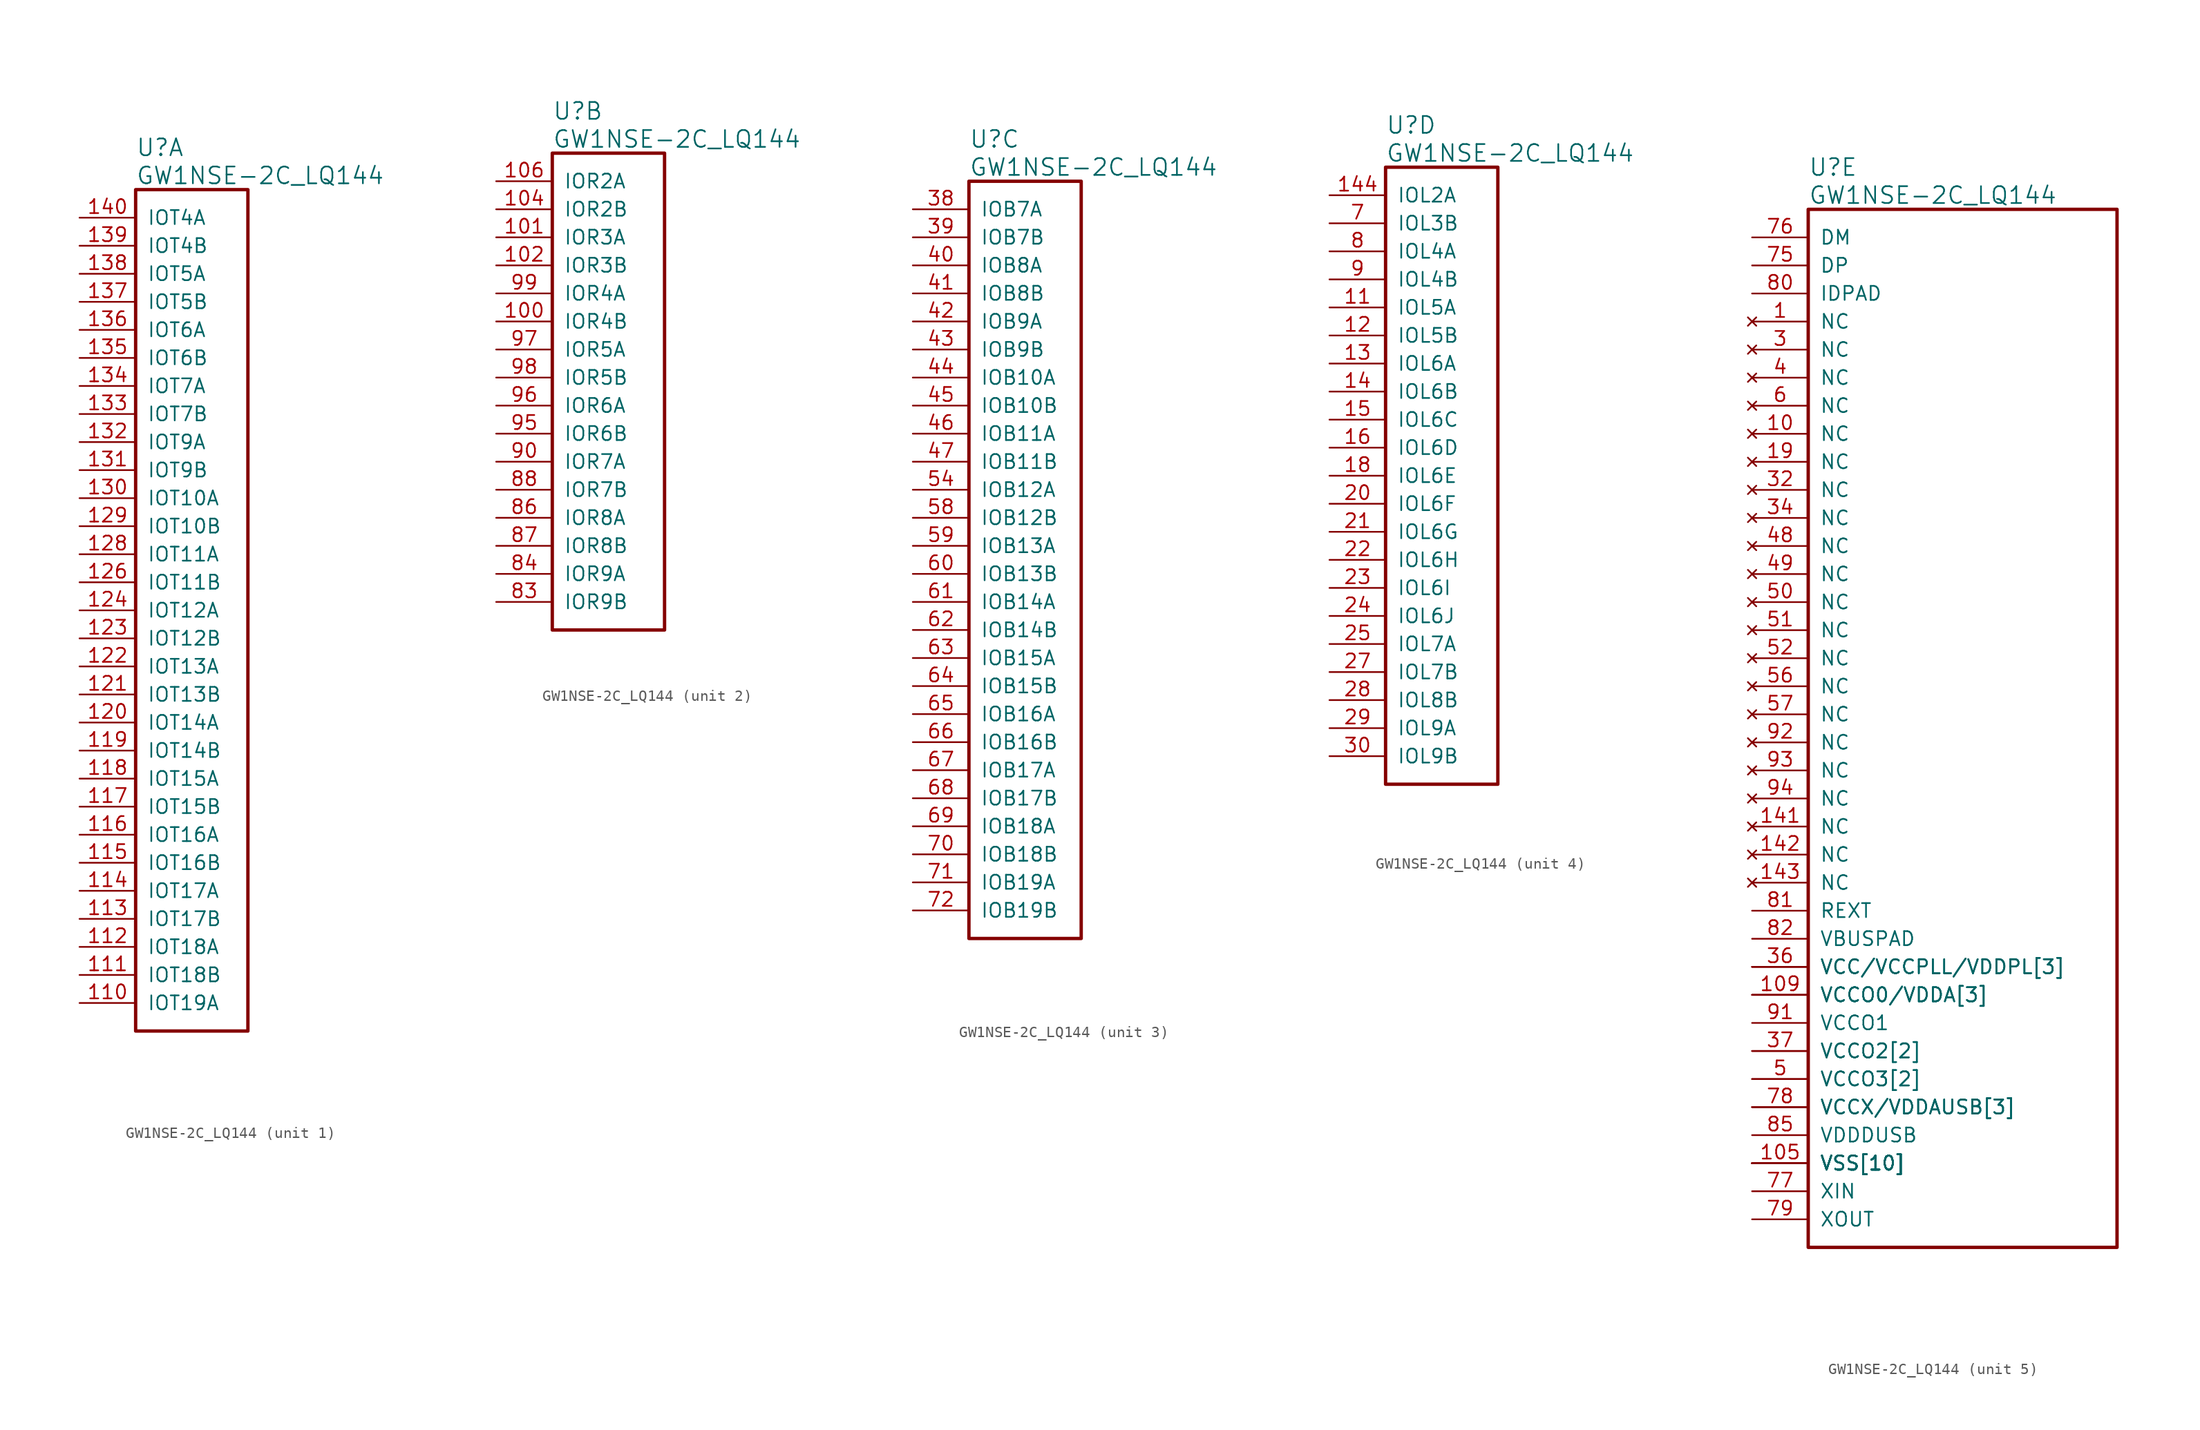
<source format=kicad_sym>
(kicad_symbol_lib
  (version 20211014)
  (generator kicad_symbol_editor)
  (symbol "GW1NSE-2C_LQ144"
    (pin_names
      (offset 1.016))
    (property "Reference" "U"
      (at 5.08 6.35 0)
      (effects (font (size 1.524 1.524)) (justify left)))
    (property "Value" "GW1NSE-2C_LQ144"
      (at 5.08 3.81 0)
      (effects (font (size 1.524 1.524)) (justify left)))
    (property "ki_locked" ""
      (at 0 0 0)
      (effects (font (size 1.27 1.27))))
    (symbol "GW1NSE-2C_LQ144_1_1"
      (rectangle (start 5.08 2.54) (end 15.24 -73.66) (stroke (width 0.305) (type default) (color 0 0 0 0)) (fill (type none)))
      (pin bidirectional line (at 0 -71.12 0) (length 5.08) (name "IOT19A" (effects (font (size 1.27 1.27)))) (number "110" (effects (font (size 1.27 1.27)))))
      (pin bidirectional line (at 0 -68.58 0) (length 5.08) (name "IOT18B" (effects (font (size 1.27 1.27)))) (number "111" (effects (font (size 1.27 1.27)))))
      (pin bidirectional line (at 0 -66.04 0) (length 5.08) (name "IOT18A" (effects (font (size 1.27 1.27)))) (number "112" (effects (font (size 1.27 1.27)))))
      (pin bidirectional line (at 0 -63.5 0) (length 5.08) (name "IOT17B" (effects (font (size 1.27 1.27)))) (number "113" (effects (font (size 1.27 1.27)))))
      (pin bidirectional line (at 0 -60.96 0) (length 5.08) (name "IOT17A" (effects (font (size 1.27 1.27)))) (number "114" (effects (font (size 1.27 1.27)))))
      (pin bidirectional line (at 0 -58.42 0) (length 5.08) (name "IOT16B" (effects (font (size 1.27 1.27)))) (number "115" (effects (font (size 1.27 1.27)))))
      (pin bidirectional line (at 0 -55.88 0) (length 5.08) (name "IOT16A" (effects (font (size 1.27 1.27)))) (number "116" (effects (font (size 1.27 1.27)))))
      (pin bidirectional line (at 0 -53.34 0) (length 5.08) (name "IOT15B" (effects (font (size 1.27 1.27)))) (number "117" (effects (font (size 1.27 1.27)))))
      (pin bidirectional line (at 0 -50.8 0) (length 5.08) (name "IOT15A" (effects (font (size 1.27 1.27)))) (number "118" (effects (font (size 1.27 1.27)))))
      (pin bidirectional line (at 0 -48.26 0) (length 5.08) (name "IOT14B" (effects (font (size 1.27 1.27)))) (number "119" (effects (font (size 1.27 1.27)))))
      (pin bidirectional line (at 0 -45.72 0) (length 5.08) (name "IOT14A" (effects (font (size 1.27 1.27)))) (number "120" (effects (font (size 1.27 1.27)))))
      (pin bidirectional line (at 0 -43.18 0) (length 5.08) (name "IOT13B" (effects (font (size 1.27 1.27)))) (number "121" (effects (font (size 1.27 1.27)))))
      (pin bidirectional line (at 0 -40.64 0) (length 5.08) (name "IOT13A" (effects (font (size 1.27 1.27)))) (number "122" (effects (font (size 1.27 1.27)))))
      (pin bidirectional line (at 0 -38.1 0) (length 5.08) (name "IOT12B" (effects (font (size 1.27 1.27)))) (number "123" (effects (font (size 1.27 1.27)))))
      (pin bidirectional line (at 0 -35.56 0) (length 5.08) (name "IOT12A" (effects (font (size 1.27 1.27)))) (number "124" (effects (font (size 1.27 1.27)))))
      (pin bidirectional line (at 0 -33.02 0) (length 5.08) (name "IOT11B" (effects (font (size 1.27 1.27)))) (number "126" (effects (font (size 1.27 1.27)))))
      (pin bidirectional line (at 0 -30.48 0) (length 5.08) (name "IOT11A" (effects (font (size 1.27 1.27)))) (number "128" (effects (font (size 1.27 1.27)))))
      (pin bidirectional line (at 0 -27.94 0) (length 5.08) (name "IOT10B" (effects (font (size 1.27 1.27)))) (number "129" (effects (font (size 1.27 1.27)))))
      (pin bidirectional line (at 0 -25.4 0) (length 5.08) (name "IOT10A" (effects (font (size 1.27 1.27)))) (number "130" (effects (font (size 1.27 1.27)))))
      (pin bidirectional line (at 0 -22.86 0) (length 5.08) (name "IOT9B" (effects (font (size 1.27 1.27)))) (number "131" (effects (font (size 1.27 1.27)))))
      (pin bidirectional line (at 0 -20.32 0) (length 5.08) (name "IOT9A" (effects (font (size 1.27 1.27)))) (number "132" (effects (font (size 1.27 1.27)))))
      (pin bidirectional line (at 0 -17.78 0) (length 5.08) (name "IOT7B" (effects (font (size 1.27 1.27)))) (number "133" (effects (font (size 1.27 1.27)))))
      (pin bidirectional line (at 0 -15.24 0) (length 5.08) (name "IOT7A" (effects (font (size 1.27 1.27)))) (number "134" (effects (font (size 1.27 1.27)))))
      (pin bidirectional line (at 0 -12.7 0) (length 5.08) (name "IOT6B" (effects (font (size 1.27 1.27)))) (number "135" (effects (font (size 1.27 1.27)))))
      (pin bidirectional line (at 0 -10.16 0) (length 5.08) (name "IOT6A" (effects (font (size 1.27 1.27)))) (number "136" (effects (font (size 1.27 1.27)))))
      (pin bidirectional line (at 0 -7.62 0) (length 5.08) (name "IOT5B" (effects (font (size 1.27 1.27)))) (number "137" (effects (font (size 1.27 1.27)))))
      (pin bidirectional line (at 0 -5.08 0) (length 5.08) (name "IOT5A" (effects (font (size 1.27 1.27)))) (number "138" (effects (font (size 1.27 1.27)))))
      (pin bidirectional line (at 0 -2.54 0) (length 5.08) (name "IOT4B" (effects (font (size 1.27 1.27)))) (number "139" (effects (font (size 1.27 1.27)))))
      (pin bidirectional line (at 0 0 0) (length 5.08) (name "IOT4A" (effects (font (size 1.27 1.27)))) (number "140" (effects (font (size 1.27 1.27))))))
    (symbol "GW1NSE-2C_LQ144_2_1"
      (rectangle (start 5.08 2.54) (end 15.24 -40.64) (stroke (width 0.305) (type default) (color 0 0 0 0)) (fill (type none)))
      (pin bidirectional line (at 0 -12.7 0) (length 5.08) (name "IOR4B" (effects (font (size 1.27 1.27)))) (number "100" (effects (font (size 1.27 1.27)))))
      (pin bidirectional line (at 0 -5.08 0) (length 5.08) (name "IOR3A" (effects (font (size 1.27 1.27)))) (number "101" (effects (font (size 1.27 1.27)))))
      (pin bidirectional line (at 0 -7.62 0) (length 5.08) (name "IOR3B" (effects (font (size 1.27 1.27)))) (number "102" (effects (font (size 1.27 1.27)))))
      (pin bidirectional line (at 0 -2.54 0) (length 5.08) (name "IOR2B" (effects (font (size 1.27 1.27)))) (number "104" (effects (font (size 1.27 1.27)))))
      (pin bidirectional line (at 0 0 0) (length 5.08) (name "IOR2A" (effects (font (size 1.27 1.27)))) (number "106" (effects (font (size 1.27 1.27)))))
      (pin bidirectional line (at 0 -38.1 0) (length 5.08) (name "IOR9B" (effects (font (size 1.27 1.27)))) (number "83" (effects (font (size 1.27 1.27)))))
      (pin bidirectional line (at 0 -35.56 0) (length 5.08) (name "IOR9A" (effects (font (size 1.27 1.27)))) (number "84" (effects (font (size 1.27 1.27)))))
      (pin bidirectional line (at 0 -30.48 0) (length 5.08) (name "IOR8A" (effects (font (size 1.27 1.27)))) (number "86" (effects (font (size 1.27 1.27)))))
      (pin bidirectional line (at 0 -33.02 0) (length 5.08) (name "IOR8B" (effects (font (size 1.27 1.27)))) (number "87" (effects (font (size 1.27 1.27)))))
      (pin bidirectional line (at 0 -27.94 0) (length 5.08) (name "IOR7B" (effects (font (size 1.27 1.27)))) (number "88" (effects (font (size 1.27 1.27)))))
      (pin bidirectional line (at 0 -25.4 0) (length 5.08) (name "IOR7A" (effects (font (size 1.27 1.27)))) (number "90" (effects (font (size 1.27 1.27)))))
      (pin bidirectional line (at 0 -22.86 0) (length 5.08) (name "IOR6B" (effects (font (size 1.27 1.27)))) (number "95" (effects (font (size 1.27 1.27)))))
      (pin bidirectional line (at 0 -20.32 0) (length 5.08) (name "IOR6A" (effects (font (size 1.27 1.27)))) (number "96" (effects (font (size 1.27 1.27)))))
      (pin bidirectional line (at 0 -15.24 0) (length 5.08) (name "IOR5A" (effects (font (size 1.27 1.27)))) (number "97" (effects (font (size 1.27 1.27)))))
      (pin bidirectional line (at 0 -17.78 0) (length 5.08) (name "IOR5B" (effects (font (size 1.27 1.27)))) (number "98" (effects (font (size 1.27 1.27)))))
      (pin bidirectional line (at 0 -10.16 0) (length 5.08) (name "IOR4A" (effects (font (size 1.27 1.27)))) (number "99" (effects (font (size 1.27 1.27))))))
    (symbol "GW1NSE-2C_LQ144_3_1"
      (rectangle (start 5.08 2.54) (end 15.24 -66.04) (stroke (width 0.305) (type default) (color 0 0 0 0)) (fill (type none)))
      (pin bidirectional line (at 0 0 0) (length 5.08) (name "IOB7A" (effects (font (size 1.27 1.27)))) (number "38" (effects (font (size 1.27 1.27)))))
      (pin bidirectional line (at 0 -2.54 0) (length 5.08) (name "IOB7B" (effects (font (size 1.27 1.27)))) (number "39" (effects (font (size 1.27 1.27)))))
      (pin bidirectional line (at 0 -5.08 0) (length 5.08) (name "IOB8A" (effects (font (size 1.27 1.27)))) (number "40" (effects (font (size 1.27 1.27)))))
      (pin bidirectional line (at 0 -7.62 0) (length 5.08) (name "IOB8B" (effects (font (size 1.27 1.27)))) (number "41" (effects (font (size 1.27 1.27)))))
      (pin bidirectional line (at 0 -10.16 0) (length 5.08) (name "IOB9A" (effects (font (size 1.27 1.27)))) (number "42" (effects (font (size 1.27 1.27)))))
      (pin bidirectional line (at 0 -12.7 0) (length 5.08) (name "IOB9B" (effects (font (size 1.27 1.27)))) (number "43" (effects (font (size 1.27 1.27)))))
      (pin bidirectional line (at 0 -15.24 0) (length 5.08) (name "IOB10A" (effects (font (size 1.27 1.27)))) (number "44" (effects (font (size 1.27 1.27)))))
      (pin bidirectional line (at 0 -17.78 0) (length 5.08) (name "IOB10B" (effects (font (size 1.27 1.27)))) (number "45" (effects (font (size 1.27 1.27)))))
      (pin bidirectional line (at 0 -20.32 0) (length 5.08) (name "IOB11A" (effects (font (size 1.27 1.27)))) (number "46" (effects (font (size 1.27 1.27)))))
      (pin bidirectional line (at 0 -22.86 0) (length 5.08) (name "IOB11B" (effects (font (size 1.27 1.27)))) (number "47" (effects (font (size 1.27 1.27)))))
      (pin bidirectional line (at 0 -25.4 0) (length 5.08) (name "IOB12A" (effects (font (size 1.27 1.27)))) (number "54" (effects (font (size 1.27 1.27)))))
      (pin bidirectional line (at 0 -27.94 0) (length 5.08) (name "IOB12B" (effects (font (size 1.27 1.27)))) (number "58" (effects (font (size 1.27 1.27)))))
      (pin bidirectional line (at 0 -30.48 0) (length 5.08) (name "IOB13A" (effects (font (size 1.27 1.27)))) (number "59" (effects (font (size 1.27 1.27)))))
      (pin bidirectional line (at 0 -33.02 0) (length 5.08) (name "IOB13B" (effects (font (size 1.27 1.27)))) (number "60" (effects (font (size 1.27 1.27)))))
      (pin bidirectional line (at 0 -35.56 0) (length 5.08) (name "IOB14A" (effects (font (size 1.27 1.27)))) (number "61" (effects (font (size 1.27 1.27)))))
      (pin bidirectional line (at 0 -38.1 0) (length 5.08) (name "IOB14B" (effects (font (size 1.27 1.27)))) (number "62" (effects (font (size 1.27 1.27)))))
      (pin bidirectional line (at 0 -40.64 0) (length 5.08) (name "IOB15A" (effects (font (size 1.27 1.27)))) (number "63" (effects (font (size 1.27 1.27)))))
      (pin bidirectional line (at 0 -43.18 0) (length 5.08) (name "IOB15B" (effects (font (size 1.27 1.27)))) (number "64" (effects (font (size 1.27 1.27)))))
      (pin bidirectional line (at 0 -45.72 0) (length 5.08) (name "IOB16A" (effects (font (size 1.27 1.27)))) (number "65" (effects (font (size 1.27 1.27)))))
      (pin bidirectional line (at 0 -48.26 0) (length 5.08) (name "IOB16B" (effects (font (size 1.27 1.27)))) (number "66" (effects (font (size 1.27 1.27)))))
      (pin bidirectional line (at 0 -50.8 0) (length 5.08) (name "IOB17A" (effects (font (size 1.27 1.27)))) (number "67" (effects (font (size 1.27 1.27)))))
      (pin bidirectional line (at 0 -53.34 0) (length 5.08) (name "IOB17B" (effects (font (size 1.27 1.27)))) (number "68" (effects (font (size 1.27 1.27)))))
      (pin bidirectional line (at 0 -55.88 0) (length 5.08) (name "IOB18A" (effects (font (size 1.27 1.27)))) (number "69" (effects (font (size 1.27 1.27)))))
      (pin bidirectional line (at 0 -58.42 0) (length 5.08) (name "IOB18B" (effects (font (size 1.27 1.27)))) (number "70" (effects (font (size 1.27 1.27)))))
      (pin bidirectional line (at 0 -60.96 0) (length 5.08) (name "IOB19A" (effects (font (size 1.27 1.27)))) (number "71" (effects (font (size 1.27 1.27)))))
      (pin bidirectional line (at 0 -63.5 0) (length 5.08) (name "IOB19B" (effects (font (size 1.27 1.27)))) (number "72" (effects (font (size 1.27 1.27))))))
    (symbol "GW1NSE-2C_LQ144_4_1"
      (rectangle (start 5.08 2.54) (end 15.24 -53.34) (stroke (width 0.305) (type default) (color 0 0 0 0)) (fill (type none)))
      (pin bidirectional line (at 0 -10.16 0) (length 5.08) (name "IOL5A" (effects (font (size 1.27 1.27)))) (number "11" (effects (font (size 1.27 1.27)))))
      (pin bidirectional line (at 0 -12.7 0) (length 5.08) (name "IOL5B" (effects (font (size 1.27 1.27)))) (number "12" (effects (font (size 1.27 1.27)))))
      (pin bidirectional line (at 0 -15.24 0) (length 5.08) (name "IOL6A" (effects (font (size 1.27 1.27)))) (number "13" (effects (font (size 1.27 1.27)))))
      (pin bidirectional line (at 0 -17.78 0) (length 5.08) (name "IOL6B" (effects (font (size 1.27 1.27)))) (number "14" (effects (font (size 1.27 1.27)))))
      (pin bidirectional line (at 0 0 0) (length 5.08) (name "IOL2A" (effects (font (size 1.27 1.27)))) (number "144" (effects (font (size 1.27 1.27)))))
      (pin bidirectional line (at 0 -20.32 0) (length 5.08) (name "IOL6C" (effects (font (size 1.27 1.27)))) (number "15" (effects (font (size 1.27 1.27)))))
      (pin bidirectional line (at 0 -22.86 0) (length 5.08) (name "IOL6D" (effects (font (size 1.27 1.27)))) (number "16" (effects (font (size 1.27 1.27)))))
      (pin bidirectional line (at 0 -25.4 0) (length 5.08) (name "IOL6E" (effects (font (size 1.27 1.27)))) (number "18" (effects (font (size 1.27 1.27)))))
      (pin bidirectional line (at 0 -27.94 0) (length 5.08) (name "IOL6F" (effects (font (size 1.27 1.27)))) (number "20" (effects (font (size 1.27 1.27)))))
      (pin bidirectional line (at 0 -30.48 0) (length 5.08) (name "IOL6G" (effects (font (size 1.27 1.27)))) (number "21" (effects (font (size 1.27 1.27)))))
      (pin bidirectional line (at 0 -33.02 0) (length 5.08) (name "IOL6H" (effects (font (size 1.27 1.27)))) (number "22" (effects (font (size 1.27 1.27)))))
      (pin bidirectional line (at 0 -35.56 0) (length 5.08) (name "IOL6I" (effects (font (size 1.27 1.27)))) (number "23" (effects (font (size 1.27 1.27)))))
      (pin bidirectional line (at 0 -38.1 0) (length 5.08) (name "IOL6J" (effects (font (size 1.27 1.27)))) (number "24" (effects (font (size 1.27 1.27)))))
      (pin bidirectional line (at 0 -40.64 0) (length 5.08) (name "IOL7A" (effects (font (size 1.27 1.27)))) (number "25" (effects (font (size 1.27 1.27)))))
      (pin bidirectional line (at 0 -43.18 0) (length 5.08) (name "IOL7B" (effects (font (size 1.27 1.27)))) (number "27" (effects (font (size 1.27 1.27)))))
      (pin bidirectional line (at 0 -45.72 0) (length 5.08) (name "IOL8B" (effects (font (size 1.27 1.27)))) (number "28" (effects (font (size 1.27 1.27)))))
      (pin bidirectional line (at 0 -48.26 0) (length 5.08) (name "IOL9A" (effects (font (size 1.27 1.27)))) (number "29" (effects (font (size 1.27 1.27)))))
      (pin bidirectional line (at 0 -50.8 0) (length 5.08) (name "IOL9B" (effects (font (size 1.27 1.27)))) (number "30" (effects (font (size 1.27 1.27)))))
      (pin bidirectional line (at 0 -2.54 0) (length 5.08) (name "IOL3B" (effects (font (size 1.27 1.27)))) (number "7" (effects (font (size 1.27 1.27)))))
      (pin bidirectional line (at 0 -5.08 0) (length 5.08) (name "IOL4A" (effects (font (size 1.27 1.27)))) (number "8" (effects (font (size 1.27 1.27)))))
      (pin bidirectional line (at 0 -7.62 0) (length 5.08) (name "IOL4B" (effects (font (size 1.27 1.27)))) (number "9" (effects (font (size 1.27 1.27))))))
    (symbol "GW1NSE-2C_LQ144_5_1"
      (rectangle (start 5.08 2.54) (end 33.02 -91.44) (stroke (width 0.305) (type default) (color 0 0 0 0)) (fill (type none)))
      (pin no_connect line (at 0 -7.62 0) (length 5.08) (name "NC" (effects (font (size 1.27 1.27)))) (number "1" (effects (font (size 1.27 1.27)))))
      (pin no_connect line (at 0 -17.78 0) (length 5.08) (name "NC" (effects (font (size 1.27 1.27)))) (number "10" (effects (font (size 1.27 1.27)))))
      (pin power_in line (at 0 -78.74 0) (length 5.08) (name "VCCX/VDDAUSB[3]" (effects (font (size 1.27 1.27)))) (number "103" (effects (font (size 0 0)))))
      (pin power_in line (at 0 -83.82 0) (length 5.08) (name "VSS[10]" (effects (font (size 1.27 1.27)))) (number "105" (effects (font (size 1.27 1.27)))))
      (pin power_in line (at 0 -83.82 0) (length 5.08) (name "VSS[10]" (effects (font (size 1.27 1.27)))) (number "107" (effects (font (size 0 0)))))
      (pin power_in line (at 0 -66.04 0) (length 5.08) (name "VCC/VCCPLL/VDDPL[3]" (effects (font (size 1.27 1.27)))) (number "108" (effects (font (size 0 0)))))
      (pin power_in line (at 0 -68.58 0) (length 5.08) (name "VCCO0/VDDA[3]" (effects (font (size 1.27 1.27)))) (number "109" (effects (font (size 1.27 1.27)))))
      (pin power_in line (at 0 -83.82 0) (length 5.08) (name "VSS[10]" (effects (font (size 1.27 1.27)))) (number "125" (effects (font (size 0 0)))))
      (pin power_in line (at 0 -68.58 0) (length 5.08) (name "VCCO0/VDDA[3]" (effects (font (size 1.27 1.27)))) (number "127" (effects (font (size 0 0)))))
      (pin no_connect line (at 0 -53.34 0) (length 5.08) (name "NC" (effects (font (size 1.27 1.27)))) (number "141" (effects (font (size 1.27 1.27)))))
      (pin no_connect line (at 0 -55.88 0) (length 5.08) (name "NC" (effects (font (size 1.27 1.27)))) (number "142" (effects (font (size 1.27 1.27)))))
      (pin no_connect line (at 0 -58.42 0) (length 5.08) (name "NC" (effects (font (size 1.27 1.27)))) (number "143" (effects (font (size 1.27 1.27)))))
      (pin power_in line (at 0 -68.58 0) (length 5.08) (name "VCCO0/VDDA[3]" (effects (font (size 1.27 1.27)))) (number "144" (effects (font (size 0 0)))))
      (pin power_in line (at 0 -83.82 0) (length 5.08) (name "VSS[10]" (effects (font (size 1.27 1.27)))) (number "17" (effects (font (size 0 0)))))
      (pin no_connect line (at 0 -20.32 0) (length 5.08) (name "NC" (effects (font (size 1.27 1.27)))) (number "19" (effects (font (size 1.27 1.27)))))
      (pin power_in line (at 0 -83.82 0) (length 5.08) (name "VSS[10]" (effects (font (size 1.27 1.27)))) (number "2" (effects (font (size 0 0)))))
      (pin power_in line (at 0 -76.2 0) (length 5.08) (name "VCCO3[2]" (effects (font (size 1.27 1.27)))) (number "26" (effects (font (size 0 0)))))
      (pin no_connect line (at 0 -10.16 0) (length 5.08) (name "NC" (effects (font (size 1.27 1.27)))) (number "3" (effects (font (size 1.27 1.27)))))
      (pin power_in line (at 0 -78.74 0) (length 5.08) (name "VCCX/VDDAUSB[3]" (effects (font (size 1.27 1.27)))) (number "31" (effects (font (size 0 0)))))
      (pin no_connect line (at 0 -22.86 0) (length 5.08) (name "NC" (effects (font (size 1.27 1.27)))) (number "32" (effects (font (size 1.27 1.27)))))
      (pin power_in line (at 0 -83.82 0) (length 5.08) (name "VSS[10]" (effects (font (size 1.27 1.27)))) (number "33" (effects (font (size 0 0)))))
      (pin no_connect line (at 0 -25.4 0) (length 5.08) (name "NC" (effects (font (size 1.27 1.27)))) (number "34" (effects (font (size 1.27 1.27)))))
      (pin power_in line (at 0 -83.82 0) (length 5.08) (name "VSS[10]" (effects (font (size 1.27 1.27)))) (number "35" (effects (font (size 0 0)))))
      (pin power_in line (at 0 -66.04 0) (length 5.08) (name "VCC/VCCPLL/VDDPL[3]" (effects (font (size 1.27 1.27)))) (number "36" (effects (font (size 1.27 1.27)))))
      (pin power_in line (at 0 -73.66 0) (length 5.08) (name "VCCO2[2]" (effects (font (size 1.27 1.27)))) (number "37" (effects (font (size 1.27 1.27)))))
      (pin no_connect line (at 0 -12.7 0) (length 5.08) (name "NC" (effects (font (size 1.27 1.27)))) (number "4" (effects (font (size 1.27 1.27)))))
      (pin no_connect line (at 0 -27.94 0) (length 5.08) (name "NC" (effects (font (size 1.27 1.27)))) (number "48" (effects (font (size 1.27 1.27)))))
      (pin no_connect line (at 0 -30.48 0) (length 5.08) (name "NC" (effects (font (size 1.27 1.27)))) (number "49" (effects (font (size 1.27 1.27)))))
      (pin power_in line (at 0 -76.2 0) (length 5.08) (name "VCCO3[2]" (effects (font (size 1.27 1.27)))) (number "5" (effects (font (size 1.27 1.27)))))
      (pin no_connect line (at 0 -33.02 0) (length 5.08) (name "NC" (effects (font (size 1.27 1.27)))) (number "50" (effects (font (size 1.27 1.27)))))
      (pin no_connect line (at 0 -35.56 0) (length 5.08) (name "NC" (effects (font (size 1.27 1.27)))) (number "51" (effects (font (size 1.27 1.27)))))
      (pin no_connect line (at 0 -38.1 0) (length 5.08) (name "NC" (effects (font (size 1.27 1.27)))) (number "52" (effects (font (size 1.27 1.27)))))
      (pin power_in line (at 0 -83.82 0) (length 5.08) (name "VSS[10]" (effects (font (size 1.27 1.27)))) (number "53" (effects (font (size 0 0)))))
      (pin power_in line (at 0 -73.66 0) (length 5.08) (name "VCCO2[2]" (effects (font (size 1.27 1.27)))) (number "55" (effects (font (size 0 0)))))
      (pin no_connect line (at 0 -40.64 0) (length 5.08) (name "NC" (effects (font (size 1.27 1.27)))) (number "56" (effects (font (size 1.27 1.27)))))
      (pin no_connect line (at 0 -43.18 0) (length 5.08) (name "NC" (effects (font (size 1.27 1.27)))) (number "57" (effects (font (size 1.27 1.27)))))
      (pin no_connect line (at 0 -15.24 0) (length 5.08) (name "NC" (effects (font (size 1.27 1.27)))) (number "6" (effects (font (size 1.27 1.27)))))
      (pin power_in line (at 0 -66.04 0) (length 5.08) (name "VCC/VCCPLL/VDDPL[3]" (effects (font (size 1.27 1.27)))) (number "73" (effects (font (size 0 0)))))
      (pin power_in line (at 0 -83.82 0) (length 5.08) (name "VSS[10]" (effects (font (size 1.27 1.27)))) (number "74" (effects (font (size 0 0)))))
      (pin power_in line (at 0 -2.54 0) (length 5.08) (name "DP" (effects (font (size 1.27 1.27)))) (number "75" (effects (font (size 1.27 1.27)))))
      (pin power_in line (at 0 0 0) (length 5.08) (name "DM" (effects (font (size 1.27 1.27)))) (number "76" (effects (font (size 1.27 1.27)))))
      (pin power_in line (at 0 -86.36 0) (length 5.08) (name "XIN" (effects (font (size 1.27 1.27)))) (number "77" (effects (font (size 1.27 1.27)))))
      (pin power_in line (at 0 -78.74 0) (length 5.08) (name "VCCX/VDDAUSB[3]" (effects (font (size 1.27 1.27)))) (number "78" (effects (font (size 1.27 1.27)))))
      (pin power_in line (at 0 -88.9 0) (length 5.08) (name "XOUT" (effects (font (size 1.27 1.27)))) (number "79" (effects (font (size 1.27 1.27)))))
      (pin power_in line (at 0 -5.08 0) (length 5.08) (name "IDPAD" (effects (font (size 1.27 1.27)))) (number "80" (effects (font (size 1.27 1.27)))))
      (pin power_in line (at 0 -60.96 0) (length 5.08) (name "REXT" (effects (font (size 1.27 1.27)))) (number "81" (effects (font (size 1.27 1.27)))))
      (pin power_in line (at 0 -63.5 0) (length 5.08) (name "VBUSPAD" (effects (font (size 1.27 1.27)))) (number "82" (effects (font (size 1.27 1.27)))))
      (pin power_in line (at 0 -81.28 0) (length 5.08) (name "VDDDUSB" (effects (font (size 1.27 1.27)))) (number "85" (effects (font (size 1.27 1.27)))))
      (pin power_in line (at 0 -83.82 0) (length 5.08) (name "VSS[10]" (effects (font (size 1.27 1.27)))) (number "89" (effects (font (size 0 0)))))
      (pin power_in line (at 0 -71.12 0) (length 5.08) (name "VCCO1" (effects (font (size 1.27 1.27)))) (number "91" (effects (font (size 1.27 1.27)))))
      (pin no_connect line (at 0 -45.72 0) (length 5.08) (name "NC" (effects (font (size 1.27 1.27)))) (number "92" (effects (font (size 1.27 1.27)))))
      (pin no_connect line (at 0 -48.26 0) (length 5.08) (name "NC" (effects (font (size 1.27 1.27)))) (number "93" (effects (font (size 1.27 1.27)))))
      (pin no_connect line (at 0 -50.8 0) (length 5.08) (name "NC" (effects (font (size 1.27 1.27)))) (number "94" (effects (font (size 1.27 1.27))))))))
</source>
